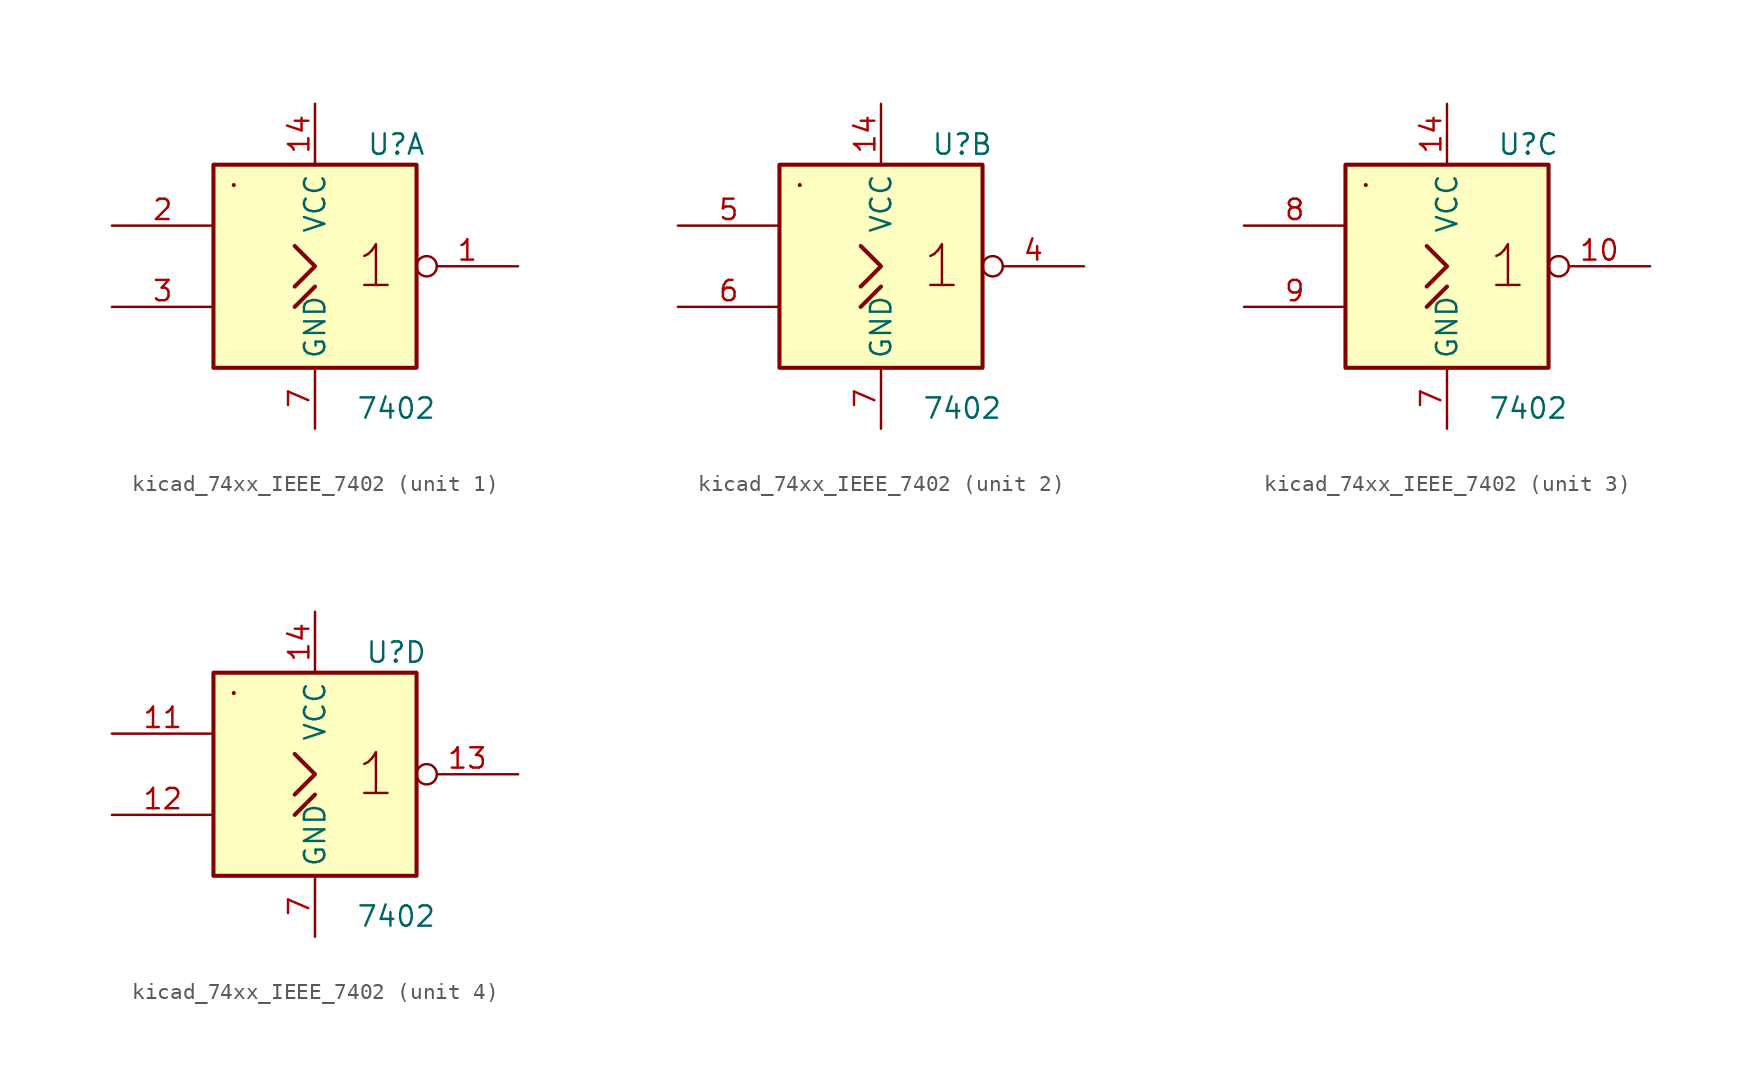
<source format=kicad_sym>
(kicad_symbol_lib
  (version 20220914)
  (generator kicad_symbol_editor)
  (symbol "kicad_74xx_IEEE_7402"
    (property "Reference" "U"
      (at 5.08 7.62 0)
      (effects (font (size 1.27 1.27))))
    (property "Value" "7402"
      (at 5.08 -8.89 0)
      (effects (font (size 1.27 1.27))))
    (symbol "kicad_74xx_IEEE_7402_0_0"
      (rectangle (start -5.08 5.08) (end -5.08 5.08) (stroke (width 0.254) (type default)) (fill (type background)))
      (polyline (pts (xy -1.27 -2.54) (xy 0 -1.27) (xy 0 -1.27)) (stroke (width 0.254) (type default)) (fill (type background)))
      (polyline (pts (xy -1.27 1.27) (xy 0 0) (xy -1.27 -1.27) (xy -1.27 -1.27)) (stroke (width 0.254) (type default)) (fill (type background)))
      (text "1" (at 3.81 0 0) (effects (font (size 2.54 2.54)))))
    (symbol "kicad_74xx_IEEE_7402_0_1"
      (rectangle (start -6.35 6.35) (end 6.35 -6.35) (stroke (width 0.254) (type default)) (fill (type background)))
      (pin power_in line (at 0 10.16 270) (length 3.81) (name "VCC" (effects (font (size 1.27 1.27)))) (number "14" (effects (font (size 1.27 1.27)))))
      (pin power_in line (at 0 -10.16 90) (length 3.81) (name "GND" (effects (font (size 1.27 1.27)))) (number "7" (effects (font (size 1.27 1.27))))))
    (symbol "kicad_74xx_IEEE_7402_1_1"
      (pin output inverted (at 12.7 0 180) (length 6.35) (name "~" (effects (font (size 1.27 1.27)))) (number "1" (effects (font (size 1.27 1.27)))))
      (pin input line (at -12.7 2.54 0) (length 6.35) (name "~" (effects (font (size 1.27 1.27)))) (number "2" (effects (font (size 1.27 1.27)))))
      (pin input line (at -12.7 -2.54 0) (length 6.35) (name "~" (effects (font (size 1.27 1.27)))) (number "3" (effects (font (size 1.27 1.27))))))
    (symbol "kicad_74xx_IEEE_7402_2_1"
      (pin output inverted (at 12.7 0 180) (length 6.35) (name "~" (effects (font (size 1.27 1.27)))) (number "4" (effects (font (size 1.27 1.27)))))
      (pin input line (at -12.7 2.54 0) (length 6.35) (name "~" (effects (font (size 1.27 1.27)))) (number "5" (effects (font (size 1.27 1.27)))))
      (pin input line (at -12.7 -2.54 0) (length 6.35) (name "~" (effects (font (size 1.27 1.27)))) (number "6" (effects (font (size 1.27 1.27))))))
    (symbol "kicad_74xx_IEEE_7402_3_1"
      (pin output inverted (at 12.7 0 180) (length 6.35) (name "~" (effects (font (size 1.27 1.27)))) (number "10" (effects (font (size 1.27 1.27)))))
      (pin input line (at -12.7 2.54 0) (length 6.35) (name "~" (effects (font (size 1.27 1.27)))) (number "8" (effects (font (size 1.27 1.27)))))
      (pin input line (at -12.7 -2.54 0) (length 6.35) (name "~" (effects (font (size 1.27 1.27)))) (number "9" (effects (font (size 1.27 1.27))))))
    (symbol "kicad_74xx_IEEE_7402_4_1"
      (pin input line (at -12.7 2.54 0) (length 6.35) (name "~" (effects (font (size 1.27 1.27)))) (number "11" (effects (font (size 1.27 1.27)))))
      (pin input line (at -12.7 -2.54 0) (length 6.35) (name "~" (effects (font (size 1.27 1.27)))) (number "12" (effects (font (size 1.27 1.27)))))
      (pin output inverted (at 12.7 0 180) (length 6.35) (name "~" (effects (font (size 1.27 1.27)))) (number "13" (effects (font (size 1.27 1.27))))))))
</source>
